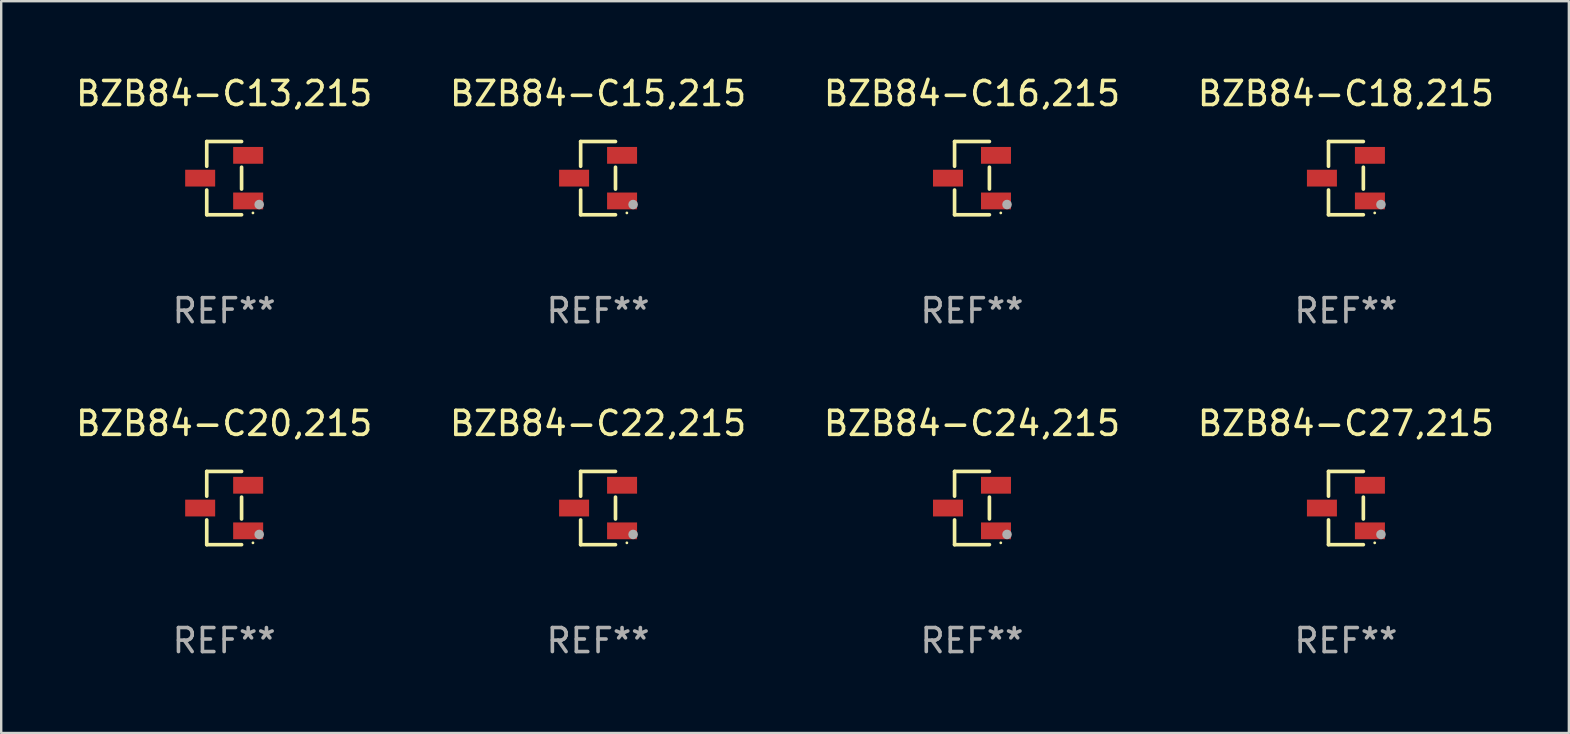
<source format=kicad_pcb>
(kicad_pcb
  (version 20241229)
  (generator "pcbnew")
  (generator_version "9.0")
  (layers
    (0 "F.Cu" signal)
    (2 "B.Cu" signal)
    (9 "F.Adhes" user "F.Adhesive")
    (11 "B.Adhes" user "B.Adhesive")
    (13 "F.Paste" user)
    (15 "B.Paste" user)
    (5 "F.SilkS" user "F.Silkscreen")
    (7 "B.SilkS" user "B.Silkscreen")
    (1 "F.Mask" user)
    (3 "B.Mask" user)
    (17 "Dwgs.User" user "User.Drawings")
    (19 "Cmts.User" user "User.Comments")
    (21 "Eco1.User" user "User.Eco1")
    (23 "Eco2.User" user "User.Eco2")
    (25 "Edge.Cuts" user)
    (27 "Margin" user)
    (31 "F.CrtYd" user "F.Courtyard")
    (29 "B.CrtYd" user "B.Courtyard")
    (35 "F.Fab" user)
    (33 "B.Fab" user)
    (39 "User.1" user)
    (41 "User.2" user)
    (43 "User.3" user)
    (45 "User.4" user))
  (footprint "BZB84-C20,215"
    (layer "F.Cu")
    (at 6.292 18.123)
    (property "Reference" "BZB84-C20,215" (at 0 -3.526 0) (layer "F.SilkS") (effects (font (size 1 1) (thickness 0.15))))
    (attr through_hole)
    (fp_line (start -0.726 -1.526) (end -0.726 -0.495) (stroke (width 0.152) (type solid)) (layer "F.SilkS"))
    (fp_line (start -0.726 1.526) (end -0.726 0.495) (stroke (width 0.152) (type solid)) (layer "F.SilkS"))
    (fp_line (start 0.726 -1.526) (end -0.726 -1.526) (stroke (width 0.152) (type solid)) (layer "F.SilkS"))
    (fp_line (start 0.726 -0.455) (end 0.726 0.455) (stroke (width 0.152) (type solid)) (layer "F.SilkS"))
    (fp_line (start 0.726 1.526) (end -0.726 1.526) (stroke (width 0.152) (type solid)) (layer "F.SilkS"))
    (fp_circle (center 1.2 1.45) (end 1.23 1.45) (stroke (width 0.06) (type solid)) (fill no) (layer "F.SilkS"))
    (fp_circle (center 1.46 1.1) (end 1.56 1.1) (stroke (width 0.2) (type solid)) (fill no) (layer "F.Fab"))
    (fp_text user "REF**" (at 0 5.526 0) (layer "F.Fab") (effects (font (size 1 1) (thickness 0.15))))
    (pad "1" smd rect (at 1 0.95) (size 1.25 0.7) (layers "F.Cu" "F.Mask" "F.Paste"))
    (pad "2" smd rect (at 1 -0.95) (size 1.25 0.7) (layers "F.Cu" "F.Mask" "F.Paste"))
    (pad "3" smd rect (at -1 0) (size 1.25 0.7) (layers "F.Cu" "F.Mask" "F.Paste")))
  (footprint "BZB84-C18,215"
    (layer "F.Cu")
    (at 53.042 4.374)
    (property "Reference" "BZB84-C18,215" (at 0 -3.526 0) (layer "F.SilkS") (effects (font (size 1 1) (thickness 0.15))))
    (attr through_hole)
    (fp_line (start -0.726 -1.526) (end -0.726 -0.495) (stroke (width 0.152) (type solid)) (layer "F.SilkS"))
    (fp_line (start -0.726 1.526) (end -0.726 0.495) (stroke (width 0.152) (type solid)) (layer "F.SilkS"))
    (fp_line (start 0.726 -1.526) (end -0.726 -1.526) (stroke (width 0.152) (type solid)) (layer "F.SilkS"))
    (fp_line (start 0.726 -0.455) (end 0.726 0.455) (stroke (width 0.152) (type solid)) (layer "F.SilkS"))
    (fp_line (start 0.726 1.526) (end -0.726 1.526) (stroke (width 0.152) (type solid)) (layer "F.SilkS"))
    (fp_circle (center 1.2 1.45) (end 1.23 1.45) (stroke (width 0.06) (type solid)) (fill no) (layer "F.SilkS"))
    (fp_circle (center 1.46 1.1) (end 1.56 1.1) (stroke (width 0.2) (type solid)) (fill no) (layer "F.Fab"))
    (fp_text user "REF**" (at 0 5.526 0) (layer "F.Fab") (effects (font (size 1 1) (thickness 0.15))))
    (pad "1" smd rect (at 1 0.95) (size 1.25 0.7) (layers "F.Cu" "F.Mask" "F.Paste"))
    (pad "2" smd rect (at 1 -0.95) (size 1.25 0.7) (layers "F.Cu" "F.Mask" "F.Paste"))
    (pad "3" smd rect (at -1 0) (size 1.25 0.7) (layers "F.Cu" "F.Mask" "F.Paste")))
  (footprint "BZB84-C13,215"
    (layer "F.Cu")
    (at 6.292 4.374)
    (property "Reference" "BZB84-C13,215" (at 0 -3.526 0) (layer "F.SilkS") (effects (font (size 1 1) (thickness 0.15))))
    (attr through_hole)
    (fp_line (start -0.726 -1.526) (end -0.726 -0.495) (stroke (width 0.152) (type solid)) (layer "F.SilkS"))
    (fp_line (start -0.726 1.526) (end -0.726 0.495) (stroke (width 0.152) (type solid)) (layer "F.SilkS"))
    (fp_line (start 0.726 -1.526) (end -0.726 -1.526) (stroke (width 0.152) (type solid)) (layer "F.SilkS"))
    (fp_line (start 0.726 -0.455) (end 0.726 0.455) (stroke (width 0.152) (type solid)) (layer "F.SilkS"))
    (fp_line (start 0.726 1.526) (end -0.726 1.526) (stroke (width 0.152) (type solid)) (layer "F.SilkS"))
    (fp_circle (center 1.2 1.45) (end 1.23 1.45) (stroke (width 0.06) (type solid)) (fill no) (layer "F.SilkS"))
    (fp_circle (center 1.46 1.1) (end 1.56 1.1) (stroke (width 0.2) (type solid)) (fill no) (layer "F.Fab"))
    (fp_text user "REF**" (at 0 5.526 0) (layer "F.Fab") (effects (font (size 1 1) (thickness 0.15))))
    (pad "1" smd rect (at 1 0.95) (size 1.25 0.7) (layers "F.Cu" "F.Mask" "F.Paste"))
    (pad "2" smd rect (at 1 -0.95) (size 1.25 0.7) (layers "F.Cu" "F.Mask" "F.Paste"))
    (pad "3" smd rect (at -1 0) (size 1.25 0.7) (layers "F.Cu" "F.Mask" "F.Paste")))
  (footprint "BZB84-C24,215"
    (layer "F.Cu")
    (at 37.458 18.123)
    (property "Reference" "BZB84-C24,215" (at 0 -3.526 0) (layer "F.SilkS") (effects (font (size 1 1) (thickness 0.15))))
    (attr through_hole)
    (fp_line (start -0.726 -1.526) (end -0.726 -0.495) (stroke (width 0.152) (type solid)) (layer "F.SilkS"))
    (fp_line (start -0.726 1.526) (end -0.726 0.495) (stroke (width 0.152) (type solid)) (layer "F.SilkS"))
    (fp_line (start 0.726 -1.526) (end -0.726 -1.526) (stroke (width 0.152) (type solid)) (layer "F.SilkS"))
    (fp_line (start 0.726 -0.455) (end 0.726 0.455) (stroke (width 0.152) (type solid)) (layer "F.SilkS"))
    (fp_line (start 0.726 1.526) (end -0.726 1.526) (stroke (width 0.152) (type solid)) (layer "F.SilkS"))
    (fp_circle (center 1.2 1.45) (end 1.23 1.45) (stroke (width 0.06) (type solid)) (fill no) (layer "F.SilkS"))
    (fp_circle (center 1.46 1.1) (end 1.56 1.1) (stroke (width 0.2) (type solid)) (fill no) (layer "F.Fab"))
    (fp_text user "REF**" (at 0 5.526 0) (layer "F.Fab") (effects (font (size 1 1) (thickness 0.15))))
    (pad "1" smd rect (at 1 0.95) (size 1.25 0.7) (layers "F.Cu" "F.Mask" "F.Paste"))
    (pad "2" smd rect (at 1 -0.95) (size 1.25 0.7) (layers "F.Cu" "F.Mask" "F.Paste"))
    (pad "3" smd rect (at -1 0) (size 1.25 0.7) (layers "F.Cu" "F.Mask" "F.Paste")))
  (footprint "BZB84-C16,215"
    (layer "F.Cu")
    (at 37.458 4.374)
    (property "Reference" "BZB84-C16,215" (at 0 -3.526 0) (layer "F.SilkS") (effects (font (size 1 1) (thickness 0.15))))
    (attr through_hole)
    (fp_line (start -0.726 -1.526) (end -0.726 -0.495) (stroke (width 0.152) (type solid)) (layer "F.SilkS"))
    (fp_line (start -0.726 1.526) (end -0.726 0.495) (stroke (width 0.152) (type solid)) (layer "F.SilkS"))
    (fp_line (start 0.726 -1.526) (end -0.726 -1.526) (stroke (width 0.152) (type solid)) (layer "F.SilkS"))
    (fp_line (start 0.726 -0.455) (end 0.726 0.455) (stroke (width 0.152) (type solid)) (layer "F.SilkS"))
    (fp_line (start 0.726 1.526) (end -0.726 1.526) (stroke (width 0.152) (type solid)) (layer "F.SilkS"))
    (fp_circle (center 1.2 1.45) (end 1.23 1.45) (stroke (width 0.06) (type solid)) (fill no) (layer "F.SilkS"))
    (fp_circle (center 1.46 1.1) (end 1.56 1.1) (stroke (width 0.2) (type solid)) (fill no) (layer "F.Fab"))
    (fp_text user "REF**" (at 0 5.526 0) (layer "F.Fab") (effects (font (size 1 1) (thickness 0.15))))
    (pad "1" smd rect (at 1 0.95) (size 1.25 0.7) (layers "F.Cu" "F.Mask" "F.Paste"))
    (pad "2" smd rect (at 1 -0.95) (size 1.25 0.7) (layers "F.Cu" "F.Mask" "F.Paste"))
    (pad "3" smd rect (at -1 0) (size 1.25 0.7) (layers "F.Cu" "F.Mask" "F.Paste")))
  (footprint "BZB84-C15,215"
    (layer "F.Cu")
    (at 21.875 4.374)
    (property "Reference" "BZB84-C15,215" (at 0 -3.526 0) (layer "F.SilkS") (effects (font (size 1 1) (thickness 0.15))))
    (attr through_hole)
    (fp_line (start -0.726 -1.526) (end -0.726 -0.495) (stroke (width 0.152) (type solid)) (layer "F.SilkS"))
    (fp_line (start -0.726 1.526) (end -0.726 0.495) (stroke (width 0.152) (type solid)) (layer "F.SilkS"))
    (fp_line (start 0.726 -1.526) (end -0.726 -1.526) (stroke (width 0.152) (type solid)) (layer "F.SilkS"))
    (fp_line (start 0.726 -0.455) (end 0.726 0.455) (stroke (width 0.152) (type solid)) (layer "F.SilkS"))
    (fp_line (start 0.726 1.526) (end -0.726 1.526) (stroke (width 0.152) (type solid)) (layer "F.SilkS"))
    (fp_circle (center 1.2 1.45) (end 1.23 1.45) (stroke (width 0.06) (type solid)) (fill no) (layer "F.SilkS"))
    (fp_circle (center 1.46 1.1) (end 1.56 1.1) (stroke (width 0.2) (type solid)) (fill no) (layer "F.Fab"))
    (fp_text user "REF**" (at 0 5.526 0) (layer "F.Fab") (effects (font (size 1 1) (thickness 0.15))))
    (pad "1" smd rect (at 1 0.95) (size 1.25 0.7) (layers "F.Cu" "F.Mask" "F.Paste"))
    (pad "2" smd rect (at 1 -0.95) (size 1.25 0.7) (layers "F.Cu" "F.Mask" "F.Paste"))
    (pad "3" smd rect (at -1 0) (size 1.25 0.7) (layers "F.Cu" "F.Mask" "F.Paste")))
  (footprint "BZB84-C27,215"
    (layer "F.Cu")
    (at 53.042 18.123)
    (property "Reference" "BZB84-C27,215" (at 0 -3.526 0) (layer "F.SilkS") (effects (font (size 1 1) (thickness 0.15))))
    (attr through_hole)
    (fp_line (start -0.726 -1.526) (end -0.726 -0.495) (stroke (width 0.152) (type solid)) (layer "F.SilkS"))
    (fp_line (start -0.726 1.526) (end -0.726 0.495) (stroke (width 0.152) (type solid)) (layer "F.SilkS"))
    (fp_line (start 0.726 -1.526) (end -0.726 -1.526) (stroke (width 0.152) (type solid)) (layer "F.SilkS"))
    (fp_line (start 0.726 -0.455) (end 0.726 0.455) (stroke (width 0.152) (type solid)) (layer "F.SilkS"))
    (fp_line (start 0.726 1.526) (end -0.726 1.526) (stroke (width 0.152) (type solid)) (layer "F.SilkS"))
    (fp_circle (center 1.2 1.45) (end 1.23 1.45) (stroke (width 0.06) (type solid)) (fill no) (layer "F.SilkS"))
    (fp_circle (center 1.46 1.1) (end 1.56 1.1) (stroke (width 0.2) (type solid)) (fill no) (layer "F.Fab"))
    (fp_text user "REF**" (at 0 5.526 0) (layer "F.Fab") (effects (font (size 1 1) (thickness 0.15))))
    (pad "1" smd rect (at 1 0.95) (size 1.25 0.7) (layers "F.Cu" "F.Mask" "F.Paste"))
    (pad "2" smd rect (at 1 -0.95) (size 1.25 0.7) (layers "F.Cu" "F.Mask" "F.Paste"))
    (pad "3" smd rect (at -1 0) (size 1.25 0.7) (layers "F.Cu" "F.Mask" "F.Paste")))
  (footprint "BZB84-C22,215"
    (layer "F.Cu")
    (at 21.875 18.123)
    (property "Reference" "BZB84-C22,215" (at 0 -3.526 0) (layer "F.SilkS") (effects (font (size 1 1) (thickness 0.15))))
    (attr through_hole)
    (fp_line (start -0.726 -1.526) (end -0.726 -0.495) (stroke (width 0.152) (type solid)) (layer "F.SilkS"))
    (fp_line (start -0.726 1.526) (end -0.726 0.495) (stroke (width 0.152) (type solid)) (layer "F.SilkS"))
    (fp_line (start 0.726 -1.526) (end -0.726 -1.526) (stroke (width 0.152) (type solid)) (layer "F.SilkS"))
    (fp_line (start 0.726 -0.455) (end 0.726 0.455) (stroke (width 0.152) (type solid)) (layer "F.SilkS"))
    (fp_line (start 0.726 1.526) (end -0.726 1.526) (stroke (width 0.152) (type solid)) (layer "F.SilkS"))
    (fp_circle (center 1.2 1.45) (end 1.23 1.45) (stroke (width 0.06) (type solid)) (fill no) (layer "F.SilkS"))
    (fp_circle (center 1.46 1.1) (end 1.56 1.1) (stroke (width 0.2) (type solid)) (fill no) (layer "F.Fab"))
    (fp_text user "REF**" (at 0 5.526 0) (layer "F.Fab") (effects (font (size 1 1) (thickness 0.15))))
    (pad "1" smd rect (at 1 0.95) (size 1.25 0.7) (layers "F.Cu" "F.Mask" "F.Paste"))
    (pad "2" smd rect (at 1 -0.95) (size 1.25 0.7) (layers "F.Cu" "F.Mask" "F.Paste"))
    (pad "3" smd rect (at -1 0) (size 1.25 0.7) (layers "F.Cu" "F.Mask" "F.Paste")))
  (gr_rect
    (start -3 -3)
    (end 62.333 27.498)
    (stroke (width 0.1) (type default))
    (fill no)
    (layer "Edge.Cuts")))
</source>
